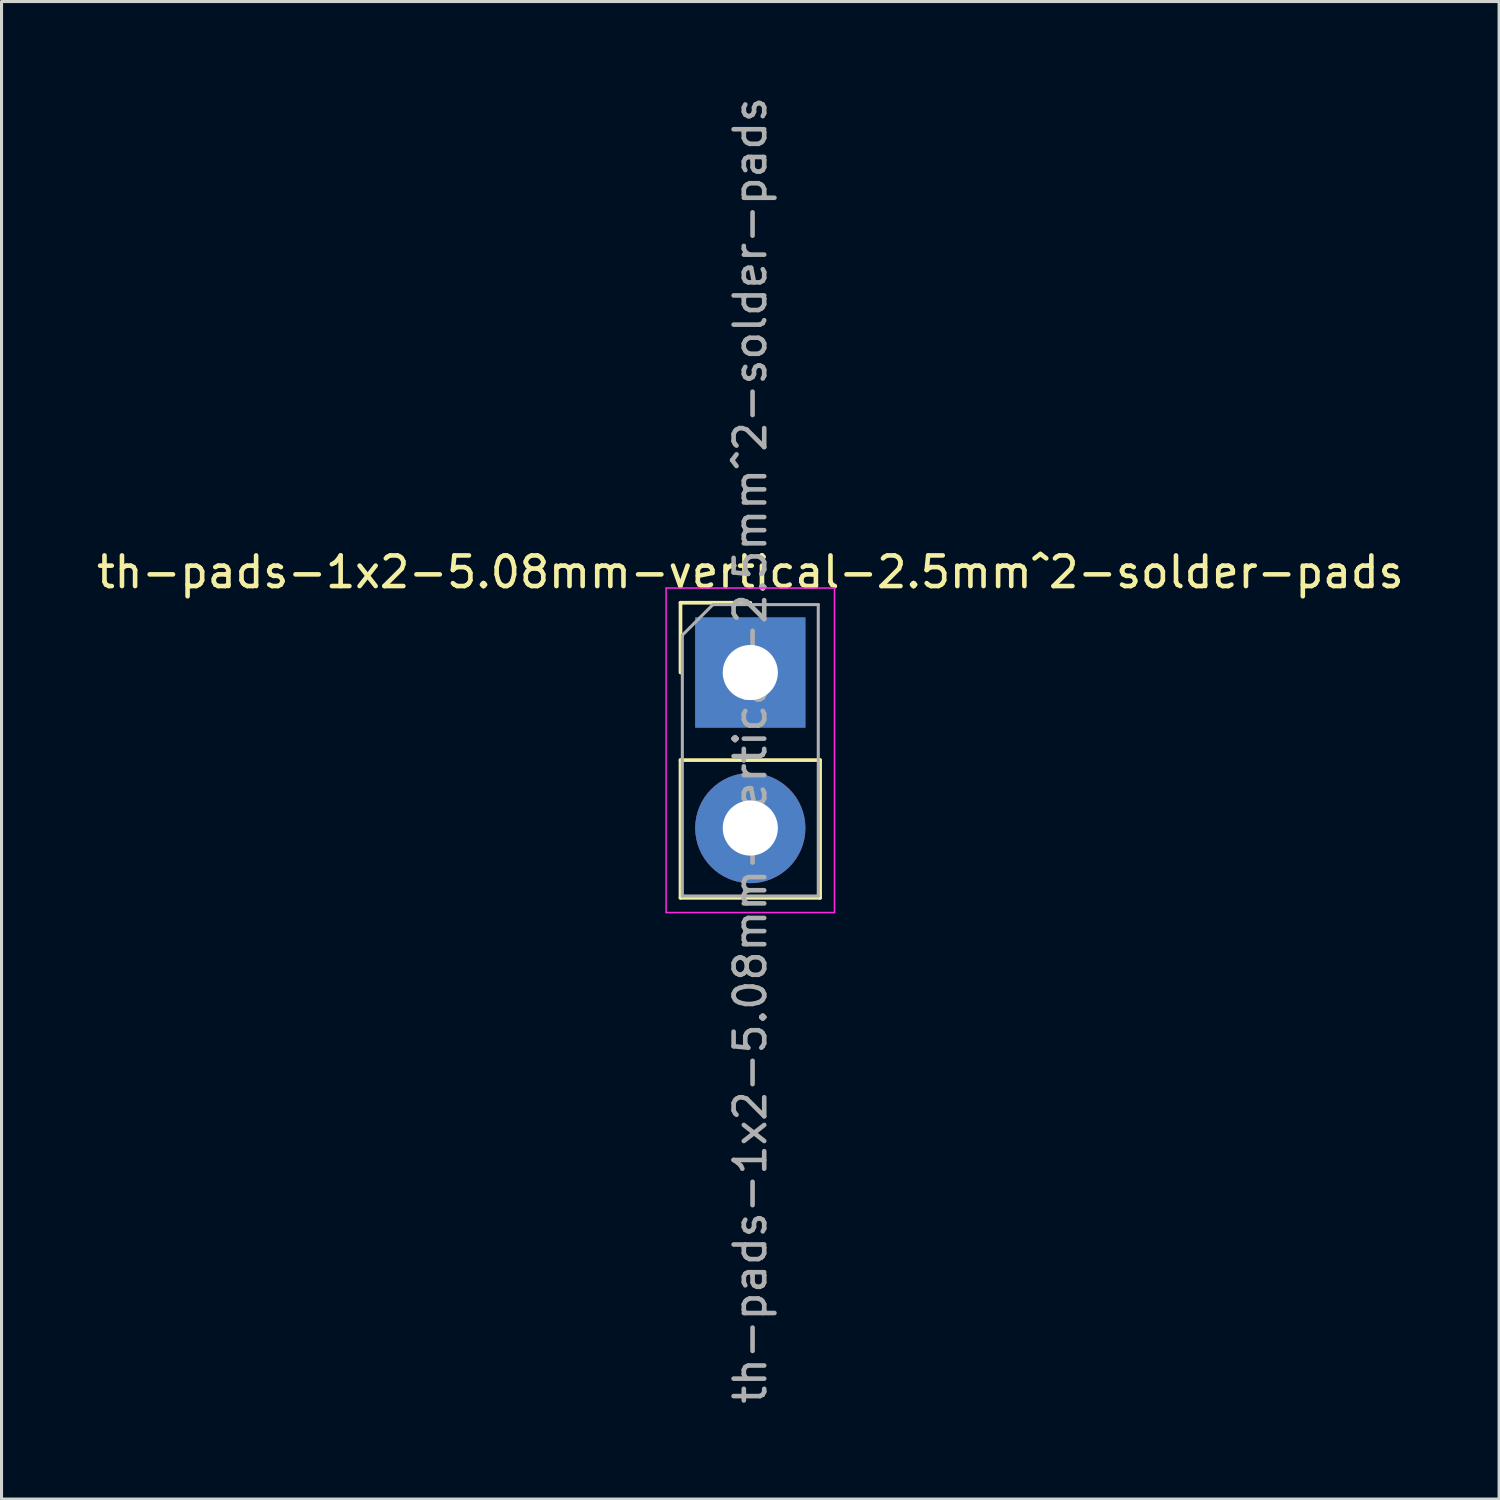
<source format=kicad_pcb>
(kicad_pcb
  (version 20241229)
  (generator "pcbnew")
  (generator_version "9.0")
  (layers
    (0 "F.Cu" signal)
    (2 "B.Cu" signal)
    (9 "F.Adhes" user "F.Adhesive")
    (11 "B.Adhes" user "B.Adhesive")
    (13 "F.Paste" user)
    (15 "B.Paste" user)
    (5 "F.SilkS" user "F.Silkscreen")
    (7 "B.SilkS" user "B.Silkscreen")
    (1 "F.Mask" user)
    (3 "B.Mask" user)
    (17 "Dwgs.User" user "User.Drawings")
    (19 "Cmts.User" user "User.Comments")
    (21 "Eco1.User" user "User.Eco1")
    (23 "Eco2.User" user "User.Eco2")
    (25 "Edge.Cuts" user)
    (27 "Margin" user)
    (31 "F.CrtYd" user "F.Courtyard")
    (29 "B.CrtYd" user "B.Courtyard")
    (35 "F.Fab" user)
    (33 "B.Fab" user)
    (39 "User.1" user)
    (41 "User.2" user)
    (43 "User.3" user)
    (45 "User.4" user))
  (footprint "th-pads-1x2-5.08mm-vertical-2.5mm^2-solder-pads"
    (layer "F.Cu")
    (at 21.458 21.458)
    (property "Reference" "th-pads-1x2-5.08mm-vertical-2.5mm^2-solder-pads" (at 0 -5.82 0) (layer "F.SilkS") (effects (font (size 1 1) (thickness 0.15))))
    (attr through_hole)
    (fp_line (start -2.28 -4.82) (end 0 -4.82) (stroke (width 0.12) (type solid)) (layer "F.SilkS"))
    (fp_line (start -2.28 -2.54) (end -2.28 -4.82) (stroke (width 0.12) (type solid)) (layer "F.SilkS"))
    (fp_line (start -2.28 0.32) (end -2.28 4.82) (stroke (width 0.12) (type solid)) (layer "F.SilkS"))
    (fp_line (start -2.28 0.32) (end 2.28 0.32) (stroke (width 0.12) (type solid)) (layer "F.SilkS"))
    (fp_line (start -2.28 4.82) (end 2.28 4.82) (stroke (width 0.12) (type solid)) (layer "F.SilkS"))
    (fp_line (start 2.28 0.32) (end 2.28 4.82) (stroke (width 0.12) (type solid)) (layer "F.SilkS"))
    (fp_line (start -2.75 -5.3) (end -2.75 5.3) (stroke (width 0.05) (type solid)) (layer "F.CrtYd"))
    (fp_line (start -2.75 5.3) (end 2.75 5.3) (stroke (width 0.05) (type solid)) (layer "F.CrtYd"))
    (fp_line (start 2.75 -5.3) (end -2.75 -5.3) (stroke (width 0.05) (type solid)) (layer "F.CrtYd"))
    (fp_line (start 2.75 5.3) (end 2.75 -5.3) (stroke (width 0.05) (type solid)) (layer "F.CrtYd"))
    (fp_line (start -2.22 -3.76) (end -1.22 -4.76) (stroke (width 0.1) (type solid)) (layer "F.Fab"))
    (fp_line (start -2.22 4.76) (end -2.22 -3.76) (stroke (width 0.1) (type solid)) (layer "F.Fab"))
    (fp_line (start -1.22 -4.76) (end 2.22 -4.76) (stroke (width 0.1) (type solid)) (layer "F.Fab"))
    (fp_line (start 2.22 -4.76) (end 2.22 4.76) (stroke (width 0.1) (type solid)) (layer "F.Fab"))
    (fp_line (start 2.22 4.76) (end -2.22 4.76) (stroke (width 0.1) (type solid)) (layer "F.Fab"))
    (fp_text user "${REFERENCE}" (at 0 0 90) (layer "F.Fab") (effects (font (size 1 1) (thickness 0.15))))
    (pad "1" thru_hole rect (at 0 -2.54) (size 3.6 3.6) (drill 1.8) (layers "*.Cu" "*.Mask") (remove_unused_layers yes) (keep_end_layers yes) (zone_layer_connections))
    (pad "2" thru_hole oval (at 0 2.54) (size 3.6 3.6) (drill 1.8) (layers "*.Cu" "*.Mask") (remove_unused_layers yes) (keep_end_layers yes) (zone_layer_connections)))
  (gr_rect
    (start -3 -3)
    (end 45.917 45.917)
    (stroke (width 0.1) (type default))
    (fill no)
    (layer "Edge.Cuts")))
</source>
